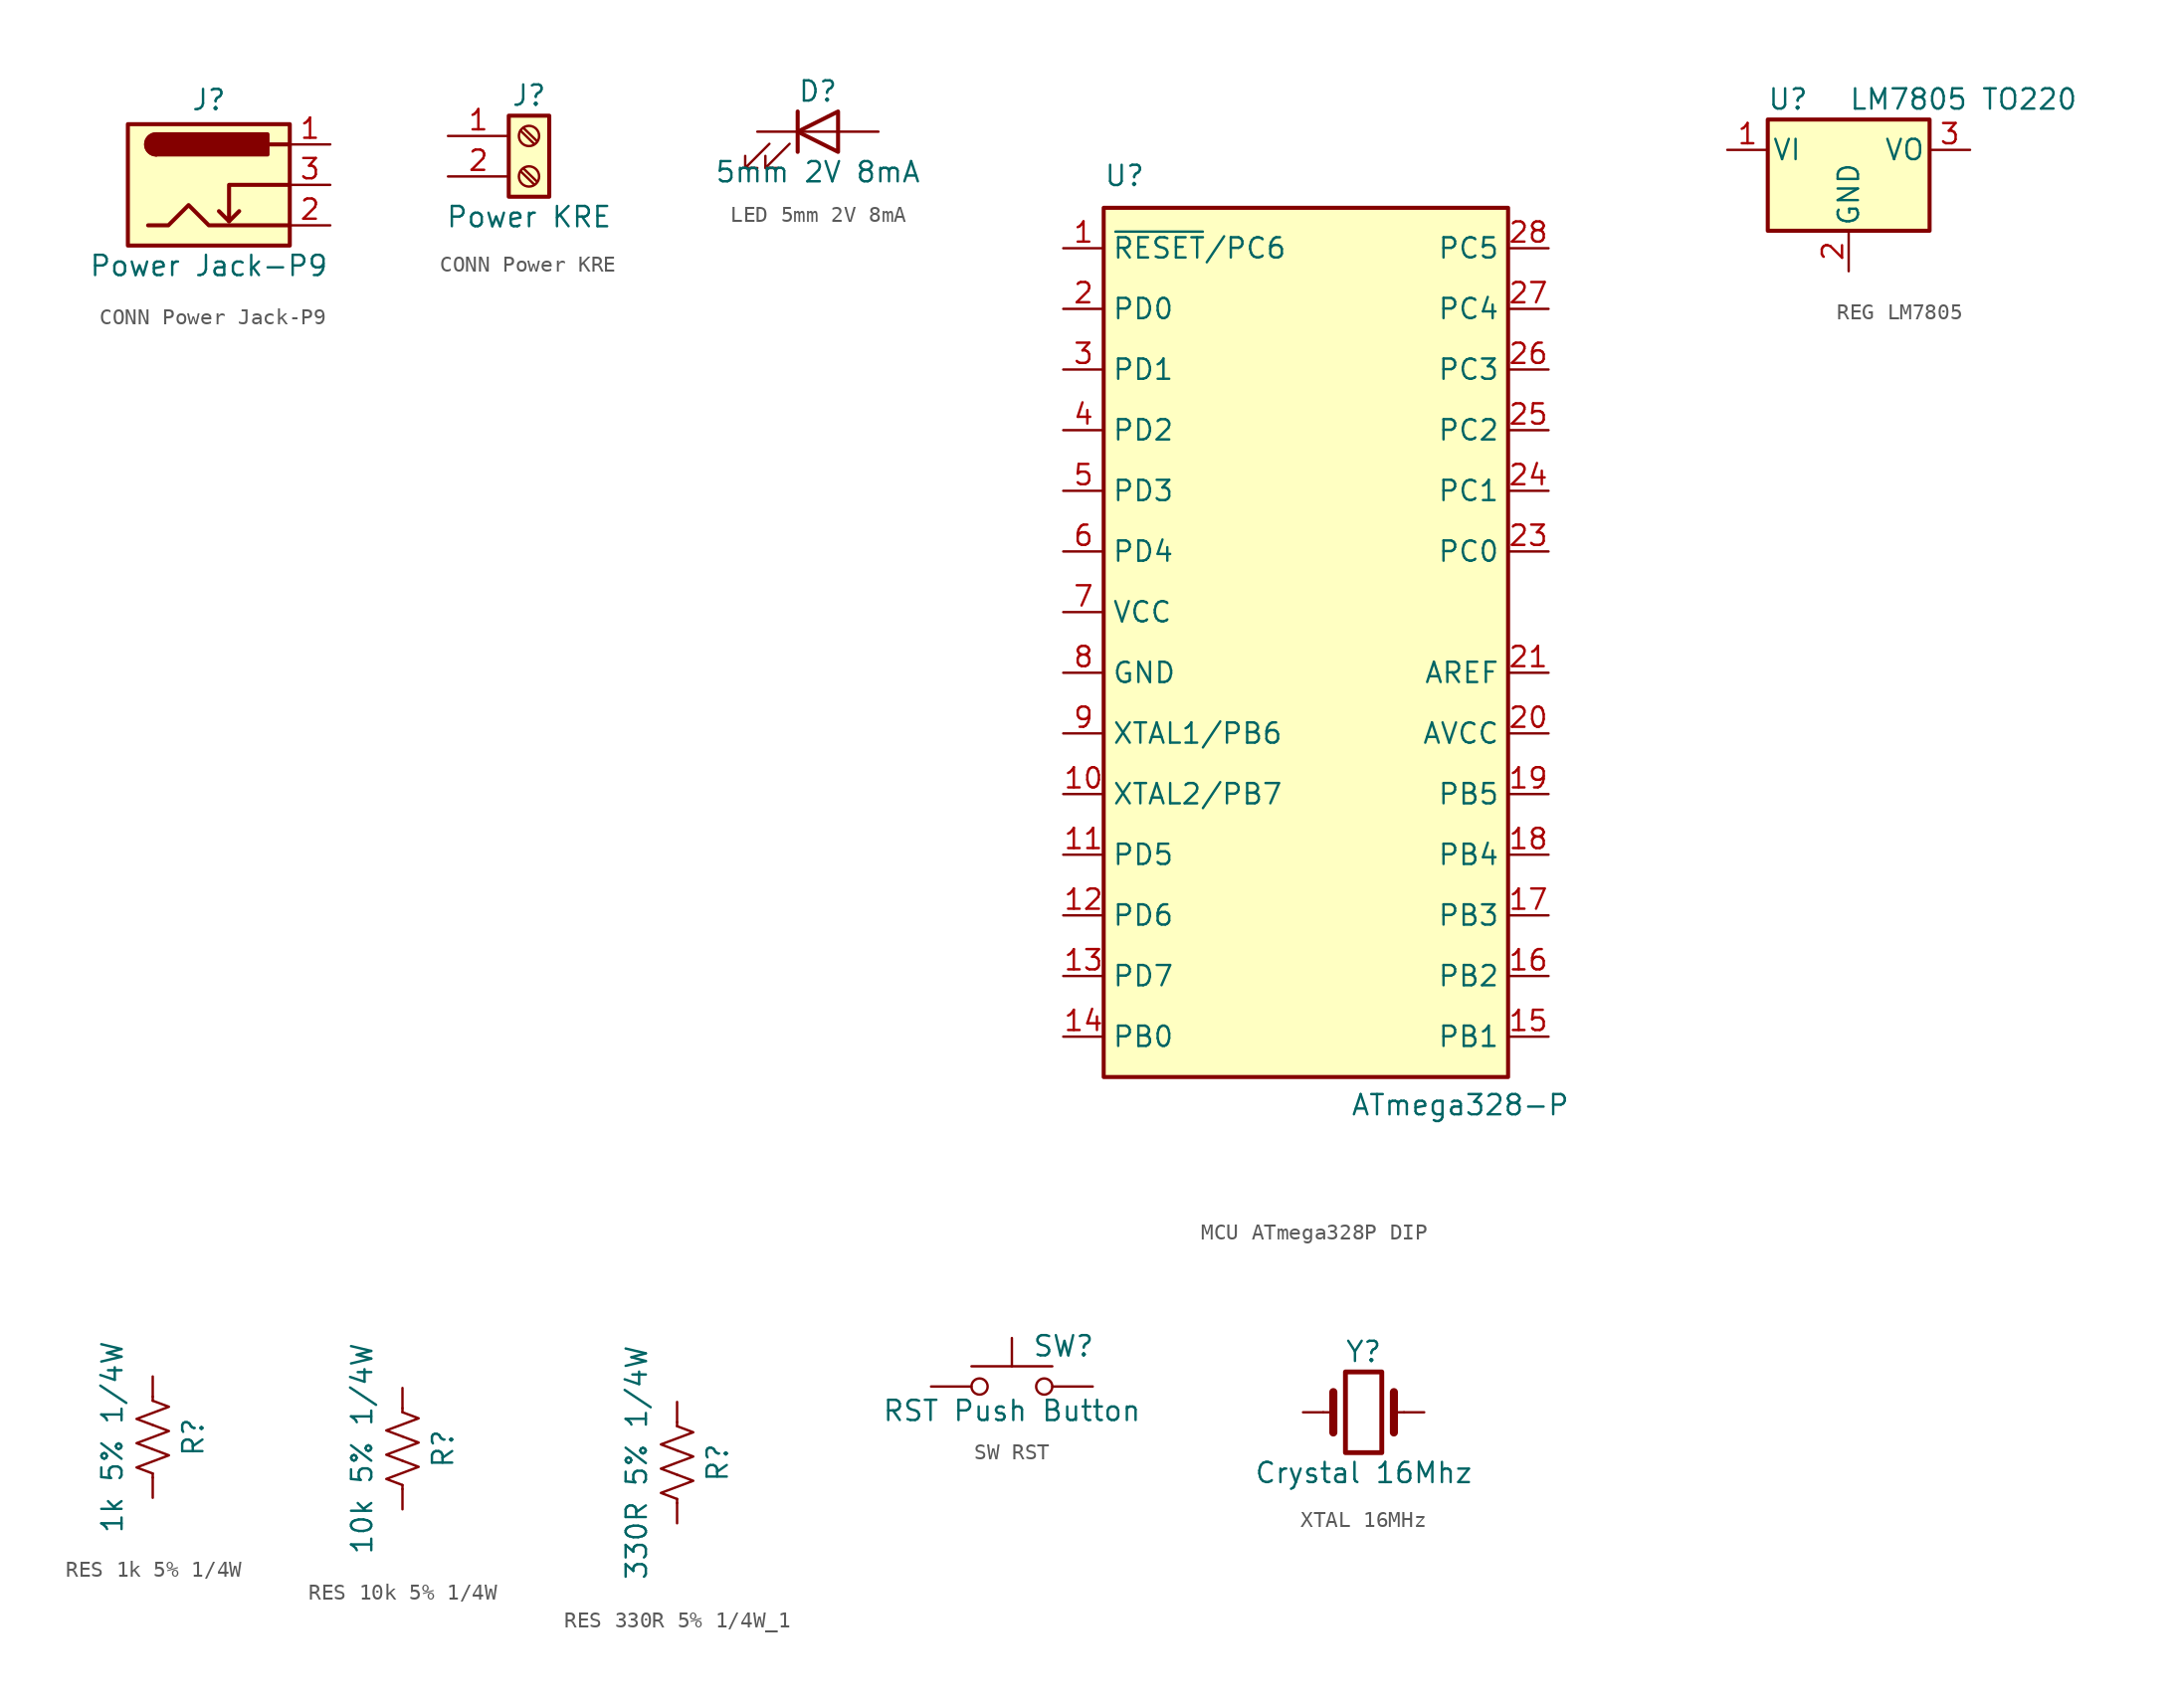
<source format=kicad_sym>
(kicad_symbol_lib
  (version 20241209)
  (generator "kicad_symbol_editor")
  (generator_version "9.0")
  (symbol "CONN Power Jack-P9"
    (pin_names
      (hide yes))
    (property "Reference" "J"
      (at 0 5.334 0)
      (effects (font (size 1.27 1.27))))
    (property "Value" "Power Jack-P9"
      (at 0 -5.08 0)
      (effects (font (size 1.27 1.27))))
    (symbol "CONN Power Jack-P9_0_1"
      (rectangle (start -5.08 3.81) (end 5.08 -3.81) (stroke (width 0.254) (type default)) (fill (type background)))
      (polyline (pts (xy -3.81 -2.54) (xy -2.54 -2.54) (xy -1.27 -1.27) (xy 0 -2.54) (xy 2.54 -2.54) (xy 5.08 -2.54)) (stroke (width 0.254) (type default)) (fill (type none)))
      (arc (start -3.302 1.905) (mid -3.9343 2.54) (end -3.302 3.175) (stroke (width 0.254) (type default)) (fill (type none)))
      (arc (start -3.302 1.905) (mid -3.9343 2.54) (end -3.302 3.175) (stroke (width 0.254) (type default)) (fill (type outline)))
      (polyline (pts (xy 1.27 -2.286) (xy 1.905 -1.651)) (stroke (width 0.254) (type default)) (fill (type none)))
      (rectangle (start 3.683 3.175) (end -3.302 1.905) (stroke (width 0.254) (type default)) (fill (type outline)))
      (polyline (pts (xy 5.08 2.54) (xy 3.81 2.54)) (stroke (width 0.254) (type default)) (fill (type none)))
      (polyline (pts (xy 5.08 0) (xy 1.27 0) (xy 1.27 -2.286) (xy 0.635 -1.651)) (stroke (width 0.254) (type default)) (fill (type none))))
    (symbol "CONN Power Jack-P9_1_1"
      (pin passive line (at 7.62 2.54 180) (length 2.54) (name "~" (effects (font (size 1.27 1.27)))) (number "1" (effects (font (size 1.27 1.27)))))
      (pin passive line (at 7.62 0 180) (length 2.54) (name "~" (effects (font (size 1.27 1.27)))) (number "3" (effects (font (size 1.27 1.27)))))
      (pin passive line (at 7.62 -2.54 180) (length 2.54) (name "~" (effects (font (size 1.27 1.27)))) (number "2" (effects (font (size 1.27 1.27)))))))
  (symbol "CONN Power KRE"
    (pin_names
      (offset 1.016)
      (hide yes))
    (property "Reference" "J"
      (at 0 2.54 0)
      (effects (font (size 1.27 1.27))))
    (property "Value" "Power KRE"
      (at 0 -5.08 0)
      (effects (font (size 1.27 1.27))))
    (symbol "CONN Power KRE_1_1"
      (rectangle (start -1.27 1.27) (end 1.27 -3.81) (stroke (width 0.254) (type default)) (fill (type background)))
      (polyline (pts (xy -0.533 0.33) (xy 0.33 -0.508)) (stroke (width 0.152) (type default)) (fill (type none)))
      (polyline (pts (xy -0.533 -2.21) (xy 0.33 -3.048)) (stroke (width 0.152) (type default)) (fill (type none)))
      (polyline (pts (xy -0.356 0.508) (xy 0.508 -0.33)) (stroke (width 0.152) (type default)) (fill (type none)))
      (polyline (pts (xy -0.356 -2.032) (xy 0.508 -2.87)) (stroke (width 0.152) (type default)) (fill (type none)))
      (circle (center 0 0) (radius 0.635) (stroke (width 0.152) (type default)) (fill (type none)))
      (circle (center 0 -2.54) (radius 0.635) (stroke (width 0.152) (type default)) (fill (type none)))
      (pin passive line (at -5.08 0 0) (length 3.81) (name "Pin_1" (effects (font (size 1.27 1.27)))) (number "1" (effects (font (size 1.27 1.27)))))
      (pin passive line (at -5.08 -2.54 0) (length 3.81) (name "Pin_2" (effects (font (size 1.27 1.27)))) (number "2" (effects (font (size 1.27 1.27)))))))
  (symbol "LED 5mm 2V 8mA"
    (pin_numbers
      (hide yes))
    (pin_names
      (offset 1.016)
      (hide yes))
    (property "Reference" "D"
      (at 0 2.54 0)
      (effects (font (size 1.27 1.27))))
    (property "Value" "5mm 2V 8mA"
      (at 0 -2.54 0)
      (effects (font (size 1.27 1.27))))
    (symbol "LED 5mm 2V 8mA_0_1"
      (polyline (pts (xy -3.048 -0.762) (xy -4.572 -2.286) (xy -3.81 -2.286) (xy -4.572 -2.286) (xy -4.572 -1.524)) (stroke (width 0) (type default)) (fill (type none)))
      (polyline (pts (xy -1.778 -0.762) (xy -3.302 -2.286) (xy -2.54 -2.286) (xy -3.302 -2.286) (xy -3.302 -1.524)) (stroke (width 0) (type default)) (fill (type none)))
      (polyline (pts (xy -1.27 0) (xy 1.27 0)) (stroke (width 0) (type default)) (fill (type none)))
      (polyline (pts (xy -1.27 -1.27) (xy -1.27 1.27)) (stroke (width 0.254) (type default)) (fill (type none)))
      (polyline (pts (xy 1.27 -1.27) (xy 1.27 1.27) (xy -1.27 0) (xy 1.27 -1.27)) (stroke (width 0.254) (type default)) (fill (type none))))
    (symbol "LED 5mm 2V 8mA_1_1"
      (pin passive line (at -3.81 0 0) (length 2.54) (name "K" (effects (font (size 1.27 1.27)))) (number "1" (effects (font (size 1.27 1.27)))))
      (pin passive line (at 3.81 0 180) (length 2.54) (name "A" (effects (font (size 1.27 1.27)))) (number "2" (effects (font (size 1.27 1.27)))))))
  (symbol "MCU ATmega328P DIP"
    (property "Reference" "U"
      (at -12.7 36.83 0)
      (effects (font (size 1.27 1.27)) (justify left bottom)))
    (property "Value" "ATmega328-P"
      (at 2.794 -20.066 0)
      (effects (font (size 1.27 1.27)) (justify left top)))
    (symbol "MCU ATmega328P DIP_0_1"
      (rectangle (start -12.7 35.56) (end 12.7 -19.05) (stroke (width 0.254) (type default)) (fill (type background))))
    (symbol "MCU ATmega328P DIP_1_1"
      (pin bidirectional line (at -15.24 33.02 0) (length 2.54) (name "~{RESET}/PC6" (effects (font (size 1.27 1.27)))) (number "1" (effects (font (size 1.27 1.27)))))
      (pin bidirectional line (at -15.24 29.21 0) (length 2.54) (name "PD0" (effects (font (size 1.27 1.27)))) (number "2" (effects (font (size 1.27 1.27)))))
      (pin bidirectional line (at -15.24 25.4 0) (length 2.54) (name "PD1" (effects (font (size 1.27 1.27)))) (number "3" (effects (font (size 1.27 1.27)))))
      (pin bidirectional line (at -15.24 21.59 0) (length 2.54) (name "PD2" (effects (font (size 1.27 1.27)))) (number "4" (effects (font (size 1.27 1.27)))))
      (pin bidirectional line (at -15.24 17.78 0) (length 2.54) (name "PD3" (effects (font (size 1.27 1.27)))) (number "5" (effects (font (size 1.27 1.27)))))
      (pin bidirectional line (at -15.24 13.97 0) (length 2.54) (name "PD4" (effects (font (size 1.27 1.27)))) (number "6" (effects (font (size 1.27 1.27)))))
      (pin power_in line (at -15.24 10.16 0) (length 2.54) (name "VCC" (effects (font (size 1.27 1.27)))) (number "7" (effects (font (size 1.27 1.27)))))
      (pin power_in line (at -15.24 6.35 0) (length 2.54) (name "GND" (effects (font (size 1.27 1.27)))) (number "8" (effects (font (size 1.27 1.27)))))
      (pin bidirectional line (at -15.24 2.54 0) (length 2.54) (name "XTAL1/PB6" (effects (font (size 1.27 1.27)))) (number "9" (effects (font (size 1.27 1.27)))))
      (pin bidirectional line (at -15.24 -1.27 0) (length 2.54) (name "XTAL2/PB7" (effects (font (size 1.27 1.27)))) (number "10" (effects (font (size 1.27 1.27)))))
      (pin bidirectional line (at -15.24 -5.08 0) (length 2.54) (name "PD5" (effects (font (size 1.27 1.27)))) (number "11" (effects (font (size 1.27 1.27)))))
      (pin bidirectional line (at -15.24 -8.89 0) (length 2.54) (name "PD6" (effects (font (size 1.27 1.27)))) (number "12" (effects (font (size 1.27 1.27)))))
      (pin bidirectional line (at -15.24 -12.7 0) (length 2.54) (name "PD7" (effects (font (size 1.27 1.27)))) (number "13" (effects (font (size 1.27 1.27)))))
      (pin bidirectional line (at -15.24 -16.51 0) (length 2.54) (name "PB0" (effects (font (size 1.27 1.27)))) (number "14" (effects (font (size 1.27 1.27)))))
      (pin bidirectional line (at 15.24 33.02 180) (length 2.54) (name "PC5" (effects (font (size 1.27 1.27)))) (number "28" (effects (font (size 1.27 1.27)))))
      (pin bidirectional line (at 15.24 29.21 180) (length 2.54) (name "PC4" (effects (font (size 1.27 1.27)))) (number "27" (effects (font (size 1.27 1.27)))))
      (pin bidirectional line (at 15.24 25.4 180) (length 2.54) (name "PC3" (effects (font (size 1.27 1.27)))) (number "26" (effects (font (size 1.27 1.27)))))
      (pin bidirectional line (at 15.24 21.59 180) (length 2.54) (name "PC2" (effects (font (size 1.27 1.27)))) (number "25" (effects (font (size 1.27 1.27)))))
      (pin bidirectional line (at 15.24 17.78 180) (length 2.54) (name "PC1" (effects (font (size 1.27 1.27)))) (number "24" (effects (font (size 1.27 1.27)))))
      (pin bidirectional line (at 15.24 13.97 180) (length 2.54) (name "PC0" (effects (font (size 1.27 1.27)))) (number "23" (effects (font (size 1.27 1.27)))))
      (pin passive line (at 15.24 10.16 180) (length 2.54) (hide yes) (name "GND" (effects (font (size 1.27 1.27)))) (number "22" (effects (font (size 1.27 1.27)))))
      (pin passive line (at 15.24 6.35 180) (length 2.54) (name "AREF" (effects (font (size 1.27 1.27)))) (number "21" (effects (font (size 1.27 1.27)))))
      (pin power_in line (at 15.24 2.54 180) (length 2.54) (name "AVCC" (effects (font (size 1.27 1.27)))) (number "20" (effects (font (size 1.27 1.27)))))
      (pin bidirectional line (at 15.24 -1.27 180) (length 2.54) (name "PB5" (effects (font (size 1.27 1.27)))) (number "19" (effects (font (size 1.27 1.27)))))
      (pin bidirectional line (at 15.24 -5.08 180) (length 2.54) (name "PB4" (effects (font (size 1.27 1.27)))) (number "18" (effects (font (size 1.27 1.27)))))
      (pin bidirectional line (at 15.24 -8.89 180) (length 2.54) (name "PB3" (effects (font (size 1.27 1.27)))) (number "17" (effects (font (size 1.27 1.27)))))
      (pin bidirectional line (at 15.24 -12.7 180) (length 2.54) (name "PB2" (effects (font (size 1.27 1.27)))) (number "16" (effects (font (size 1.27 1.27)))))
      (pin bidirectional line (at 15.24 -16.51 180) (length 2.54) (name "PB1" (effects (font (size 1.27 1.27)))) (number "15" (effects (font (size 1.27 1.27)))))))
  (symbol "REG LM7805"
    (pin_names
      (offset 0.254))
    (property "Reference" "U"
      (at -3.81 3.175 0)
      (effects (font (size 1.27 1.27))))
    (property "Value" "LM7805 TO220"
      (at 0 3.175 0)
      (effects (font (size 1.27 1.27)) (justify left)))
    (symbol "REG LM7805_0_1"
      (rectangle (start -5.08 1.905) (end 5.08 -5.08) (stroke (width 0.254) (type default)) (fill (type background))))
    (symbol "REG LM7805_1_1"
      (pin power_in line (at -7.62 0 0) (length 2.54) (name "VI" (effects (font (size 1.27 1.27)))) (number "1" (effects (font (size 1.27 1.27)))))
      (pin power_in line (at 0 -7.62 90) (length 2.54) (name "GND" (effects (font (size 1.27 1.27)))) (number "2" (effects (font (size 1.27 1.27)))))
      (pin power_out line (at 7.62 0 180) (length 2.54) (name "VO" (effects (font (size 1.27 1.27)))) (number "3" (effects (font (size 1.27 1.27)))))))
  (symbol "RES 1k 5% 1/4W"
    (pin_numbers
      (hide yes))
    (pin_names
      (offset 0))
    (property "Reference" "R"
      (at 2.54 0 90)
      (effects (font (size 1.27 1.27))))
    (property "Value" "1k 5% 1/4W"
      (at -2.54 0 90)
      (effects (font (size 1.27 1.27))))
    (symbol "RES 1k 5% 1/4W_0_1"
      (polyline (pts (xy 0 2.286) (xy 0 2.54)) (stroke (width 0) (type default)) (fill (type none)))
      (polyline (pts (xy 0 2.286) (xy 1.016 1.905) (xy 0 1.524) (xy -1.016 1.143) (xy 0 0.762)) (stroke (width 0) (type default)) (fill (type none)))
      (polyline (pts (xy 0 0.762) (xy 1.016 0.381) (xy 0 0) (xy -1.016 -0.381) (xy 0 -0.762)) (stroke (width 0) (type default)) (fill (type none)))
      (polyline (pts (xy 0 -0.762) (xy 1.016 -1.143) (xy 0 -1.524) (xy -1.016 -1.905) (xy 0 -2.286)) (stroke (width 0) (type default)) (fill (type none)))
      (polyline (pts (xy 0 -2.286) (xy 0 -2.54)) (stroke (width 0) (type default)) (fill (type none))))
    (symbol "RES 1k 5% 1/4W_1_1"
      (pin passive line (at 0 3.81 270) (length 1.27) (name "~" (effects (font (size 1.27 1.27)))) (number "1" (effects (font (size 1.27 1.27)))))
      (pin passive line (at 0 -3.81 90) (length 1.27) (name "~" (effects (font (size 1.27 1.27)))) (number "2" (effects (font (size 1.27 1.27)))))))
  (symbol "RES 10k 5% 1/4W"
    (pin_numbers
      (hide yes))
    (pin_names
      (offset 0))
    (property "Reference" "R"
      (at 2.54 0 90)
      (effects (font (size 1.27 1.27))))
    (property "Value" "10k 5% 1/4W"
      (at -2.54 0 90)
      (effects (font (size 1.27 1.27))))
    (symbol "RES 10k 5% 1/4W_0_1"
      (polyline (pts (xy 0 2.286) (xy 0 2.54)) (stroke (width 0) (type default)) (fill (type none)))
      (polyline (pts (xy 0 2.286) (xy 1.016 1.905) (xy 0 1.524) (xy -1.016 1.143) (xy 0 0.762)) (stroke (width 0) (type default)) (fill (type none)))
      (polyline (pts (xy 0 0.762) (xy 1.016 0.381) (xy 0 0) (xy -1.016 -0.381) (xy 0 -0.762)) (stroke (width 0) (type default)) (fill (type none)))
      (polyline (pts (xy 0 -0.762) (xy 1.016 -1.143) (xy 0 -1.524) (xy -1.016 -1.905) (xy 0 -2.286)) (stroke (width 0) (type default)) (fill (type none)))
      (polyline (pts (xy 0 -2.286) (xy 0 -2.54)) (stroke (width 0) (type default)) (fill (type none))))
    (symbol "RES 10k 5% 1/4W_1_1"
      (pin passive line (at 0 3.81 270) (length 1.27) (name "~" (effects (font (size 1.27 1.27)))) (number "1" (effects (font (size 1.27 1.27)))))
      (pin passive line (at 0 -3.81 90) (length 1.27) (name "~" (effects (font (size 1.27 1.27)))) (number "2" (effects (font (size 1.27 1.27)))))))
  (symbol "RES 330R 5% 1/4W_1"
    (pin_numbers
      (hide yes))
    (pin_names
      (offset 0))
    (property "Reference" "R"
      (at 2.54 0 90)
      (effects (font (size 1.27 1.27))))
    (property "Value" "330R 5% 1/4W"
      (at -2.54 0 90)
      (effects (font (size 1.27 1.27))))
    (symbol "RES 330R 5% 1/4W_1_0_1"
      (polyline (pts (xy 0 2.286) (xy 0 2.54)) (stroke (width 0) (type default)) (fill (type none)))
      (polyline (pts (xy 0 2.286) (xy 1.016 1.905) (xy 0 1.524) (xy -1.016 1.143) (xy 0 0.762)) (stroke (width 0) (type default)) (fill (type none)))
      (polyline (pts (xy 0 0.762) (xy 1.016 0.381) (xy 0 0) (xy -1.016 -0.381) (xy 0 -0.762)) (stroke (width 0) (type default)) (fill (type none)))
      (polyline (pts (xy 0 -0.762) (xy 1.016 -1.143) (xy 0 -1.524) (xy -1.016 -1.905) (xy 0 -2.286)) (stroke (width 0) (type default)) (fill (type none)))
      (polyline (pts (xy 0 -2.286) (xy 0 -2.54)) (stroke (width 0) (type default)) (fill (type none))))
    (symbol "RES 330R 5% 1/4W_1_1_1"
      (pin passive line (at 0 3.81 270) (length 1.27) (name "~" (effects (font (size 1.27 1.27)))) (number "1" (effects (font (size 1.27 1.27)))))
      (pin passive line (at 0 -3.81 90) (length 1.27) (name "~" (effects (font (size 1.27 1.27)))) (number "2" (effects (font (size 1.27 1.27)))))))
  (symbol "SW RST"
    (pin_numbers
      (hide yes))
    (pin_names
      (offset 1.016)
      (hide yes))
    (property "Reference" "SW"
      (at 1.27 2.54 0)
      (effects (font (size 1.27 1.27)) (justify left)))
    (property "Value" "RST Push Button"
      (at 0 -1.524 0)
      (effects (font (size 1.27 1.27))))
    (symbol "SW RST_0_1"
      (circle (center -2.032 0) (radius 0.508) (stroke (width 0) (type default)) (fill (type none)))
      (polyline (pts (xy 0 1.27) (xy 0 3.048)) (stroke (width 0) (type default)) (fill (type none)))
      (circle (center 2.032 0) (radius 0.508) (stroke (width 0) (type default)) (fill (type none)))
      (polyline (pts (xy 2.54 1.27) (xy -2.54 1.27)) (stroke (width 0) (type default)) (fill (type none)))
      (pin passive line (at -5.08 0 0) (length 2.54) (name "1" (effects (font (size 1.27 1.27)))) (number "1" (effects (font (size 1.27 1.27)))))
      (pin passive line (at 5.08 0 180) (length 2.54) (name "2" (effects (font (size 1.27 1.27)))) (number "2" (effects (font (size 1.27 1.27)))))))
  (symbol "XTAL 16MHz"
    (pin_numbers
      (hide yes))
    (pin_names
      (offset 1.016)
      (hide yes))
    (property "Reference" "Y"
      (at 0 3.81 0)
      (effects (font (size 1.27 1.27))))
    (property "Value" "Crystal 16Mhz"
      (at 0 -3.81 0)
      (effects (font (size 1.27 1.27))))
    (symbol "XTAL 16MHz_0_1"
      (polyline (pts (xy -2.54 0) (xy -1.905 0)) (stroke (width 0) (type default)) (fill (type none)))
      (polyline (pts (xy -1.905 -1.27) (xy -1.905 1.27)) (stroke (width 0.508) (type default)) (fill (type none)))
      (rectangle (start -1.143 2.54) (end 1.143 -2.54) (stroke (width 0.305) (type default)) (fill (type none)))
      (polyline (pts (xy 1.905 -1.27) (xy 1.905 1.27)) (stroke (width 0.508) (type default)) (fill (type none)))
      (polyline (pts (xy 2.54 0) (xy 1.905 0)) (stroke (width 0) (type default)) (fill (type none))))
    (symbol "XTAL 16MHz_1_1"
      (pin passive line (at -3.81 0 0) (length 1.27) (name "1" (effects (font (size 1.27 1.27)))) (number "1" (effects (font (size 1.27 1.27)))))
      (pin passive line (at 3.81 0 180) (length 1.27) (name "2" (effects (font (size 1.27 1.27)))) (number "2" (effects (font (size 1.27 1.27))))))))
</source>
